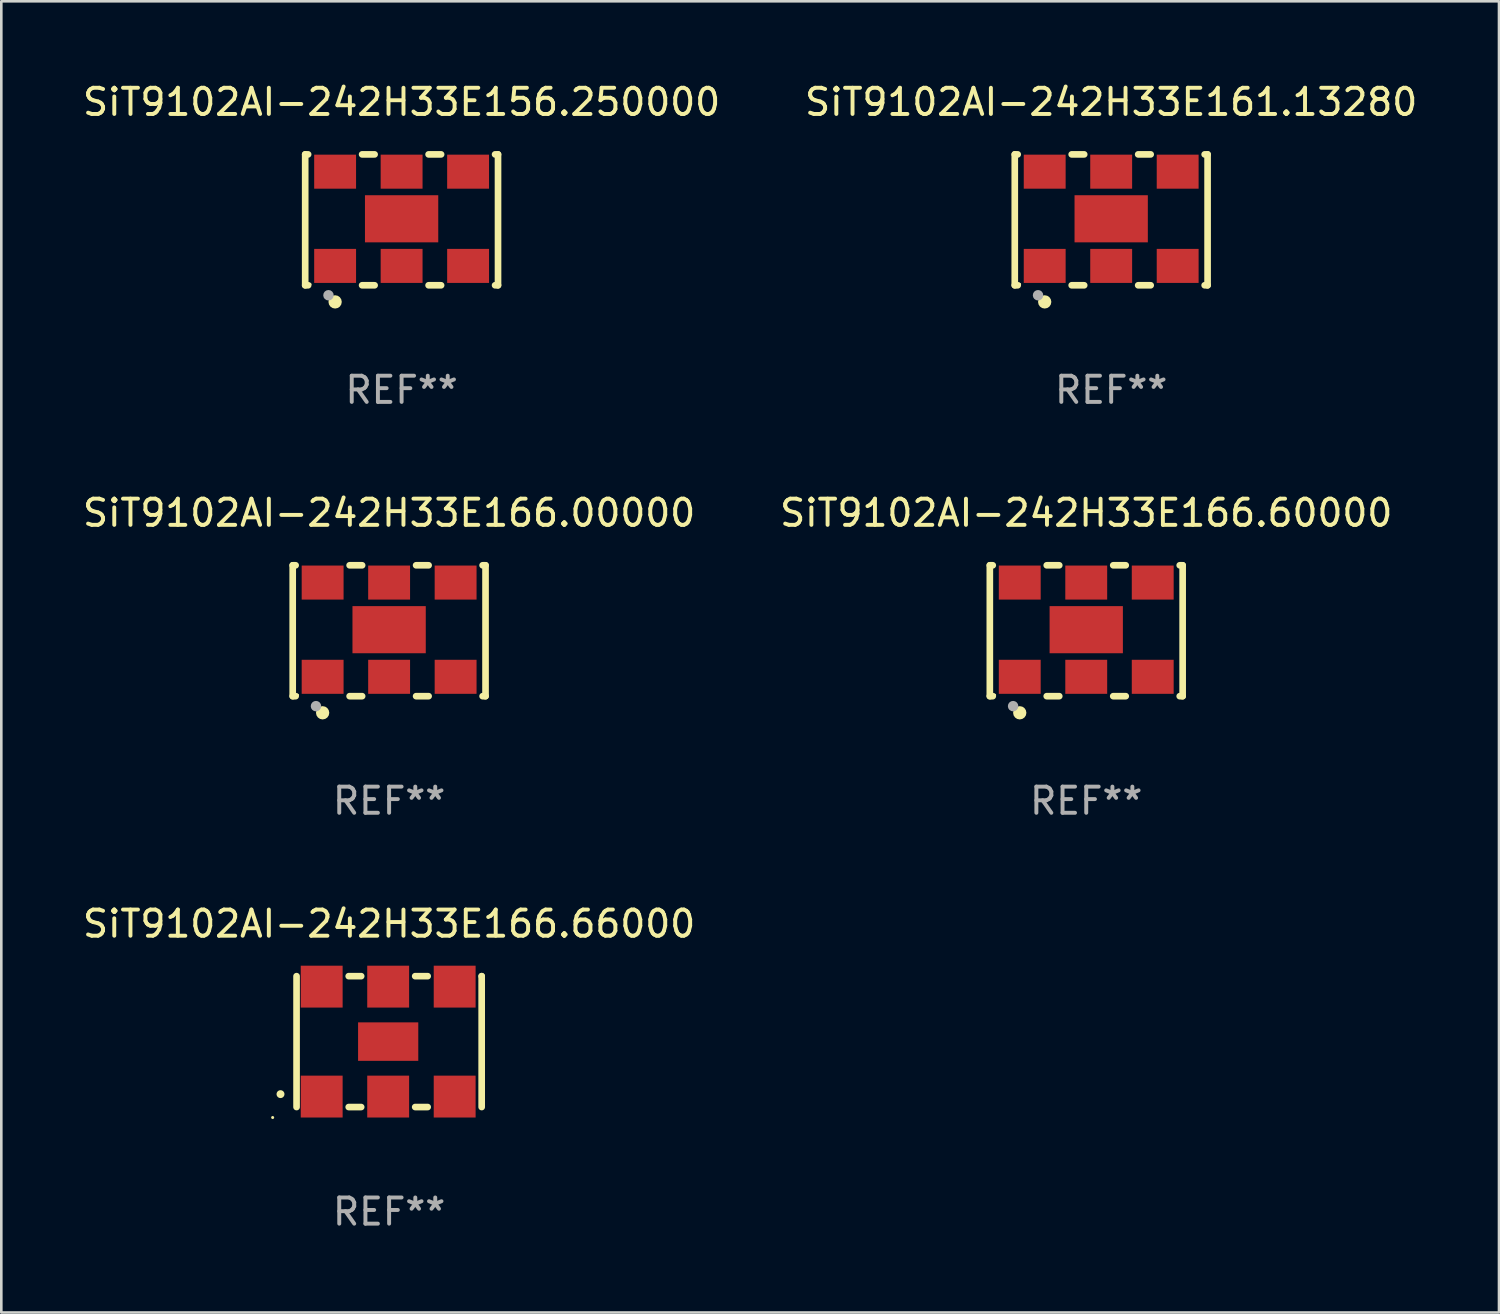
<source format=kicad_pcb>
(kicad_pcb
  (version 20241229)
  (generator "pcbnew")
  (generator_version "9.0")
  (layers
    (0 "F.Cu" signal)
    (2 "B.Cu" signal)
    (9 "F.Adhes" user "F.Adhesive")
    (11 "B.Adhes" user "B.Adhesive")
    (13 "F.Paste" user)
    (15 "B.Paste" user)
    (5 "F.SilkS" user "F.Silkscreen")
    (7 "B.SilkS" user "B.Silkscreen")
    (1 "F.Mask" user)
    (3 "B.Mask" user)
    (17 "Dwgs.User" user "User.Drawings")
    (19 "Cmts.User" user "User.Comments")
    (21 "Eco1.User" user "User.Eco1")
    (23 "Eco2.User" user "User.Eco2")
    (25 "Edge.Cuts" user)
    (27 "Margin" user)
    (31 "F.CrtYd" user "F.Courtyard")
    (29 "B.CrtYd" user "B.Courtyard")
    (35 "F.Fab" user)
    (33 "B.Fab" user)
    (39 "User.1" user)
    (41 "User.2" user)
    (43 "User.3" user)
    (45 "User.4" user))
  (footprint "SiT9102AI-242H33E166.60000"
    (layer "F.Cu")
    (at 38.446 21.045)
    (property "Reference" "SiT9102AI-242H33E166.60000" (at 0 -4.5 0) (layer "F.SilkS") (effects (font (size 1 1) (thickness 0.15))))
    (attr through_hole)
    (fp_line (start -3.683 -2.5) (end -3.571 -2.5) (stroke (width 0.254) (type solid)) (layer "F.SilkS"))
    (fp_line (start -3.683 2.5) (end -3.683 -2.5) (stroke (width 0.254) (type solid)) (layer "F.SilkS"))
    (fp_line (start -3.683 2.5) (end -3.571 2.5) (stroke (width 0.254) (type solid)) (layer "F.SilkS"))
    (fp_line (start -1.509 -2.5) (end -1.031 -2.5) (stroke (width 0.254) (type solid)) (layer "F.SilkS"))
    (fp_line (start -1.509 2.5) (end -1.031 2.5) (stroke (width 0.254) (type solid)) (layer "F.SilkS"))
    (fp_line (start 1.031 -2.5) (end 1.509 -2.5) (stroke (width 0.254) (type solid)) (layer "F.SilkS"))
    (fp_line (start 1.031 2.5) (end 1.509 2.5) (stroke (width 0.254) (type solid)) (layer "F.SilkS"))
    (fp_line (start 3.571 -2.5) (end 3.683 -2.5) (stroke (width 0.254) (type solid)) (layer "F.SilkS"))
    (fp_line (start 3.571 2.5) (end 3.683 2.5) (stroke (width 0.254) (type solid)) (layer "F.SilkS"))
    (fp_line (start 3.683 2.5) (end 3.683 -2.5) (stroke (width 0.254) (type solid)) (layer "F.SilkS"))
    (fp_circle (center -3.5 2.46) (end -3.47 2.46) (stroke (width 0.06) (type solid)) (fill no) (layer "F.SilkS"))
    (fp_circle (center -2.54 3.135) (end -2.413 3.135) (stroke (width 0.254) (type solid)) (fill no) (layer "F.SilkS"))
    (fp_circle (center -2.794 2.881) (end -2.694 2.881) (stroke (width 0.2) (type solid)) (fill no) (layer "F.Fab"))
    (fp_text user "REF**" (at 0 6.5 0) (layer "F.Fab") (effects (font (size 1 1) (thickness 0.15))))
    (pad "1" smd rect (at -2.54 1.76) (size 1.6 1.3) (layers "F.Cu" "F.Mask" "F.Paste"))
    (pad "2" smd rect (at 0 1.76) (size 1.6 1.3) (layers "F.Cu" "F.Mask" "F.Paste"))
    (pad "3" smd rect (at 2.54 1.76) (size 1.6 1.3) (layers "F.Cu" "F.Mask" "F.Paste"))
    (pad "4" smd rect (at 2.54 -1.84) (size 1.6 1.3) (layers "F.Cu" "F.Mask" "F.Paste"))
    (pad "5" smd rect (at 0 -1.84) (size 1.6 1.3) (layers "F.Cu" "F.Mask" "F.Paste"))
    (pad "6" smd rect (at -2.54 -1.84) (size 1.6 1.3) (layers "F.Cu" "F.Mask" "F.Paste"))
    (pad "7" smd rect (at 0 -0.04) (size 2.8 1.8) (layers "F.Cu" "F.Mask" "F.Paste")))
  (footprint "SiT9102AI-242H33E156.250000"
    (layer "F.Cu")
    (at 12.292 5.348)
    (property "Reference" "SiT9102AI-242H33E156.250000" (at 0 -4.5 0) (layer "F.SilkS") (effects (font (size 1 1) (thickness 0.15))))
    (attr through_hole)
    (fp_line (start -3.683 -2.5) (end -3.571 -2.5) (stroke (width 0.254) (type solid)) (layer "F.SilkS"))
    (fp_line (start -3.683 2.5) (end -3.683 -2.5) (stroke (width 0.254) (type solid)) (layer "F.SilkS"))
    (fp_line (start -3.683 2.5) (end -3.571 2.5) (stroke (width 0.254) (type solid)) (layer "F.SilkS"))
    (fp_line (start -1.509 -2.5) (end -1.031 -2.5) (stroke (width 0.254) (type solid)) (layer "F.SilkS"))
    (fp_line (start -1.509 2.5) (end -1.031 2.5) (stroke (width 0.254) (type solid)) (layer "F.SilkS"))
    (fp_line (start 1.031 -2.5) (end 1.509 -2.5) (stroke (width 0.254) (type solid)) (layer "F.SilkS"))
    (fp_line (start 1.031 2.5) (end 1.509 2.5) (stroke (width 0.254) (type solid)) (layer "F.SilkS"))
    (fp_line (start 3.571 -2.5) (end 3.683 -2.5) (stroke (width 0.254) (type solid)) (layer "F.SilkS"))
    (fp_line (start 3.571 2.5) (end 3.683 2.5) (stroke (width 0.254) (type solid)) (layer "F.SilkS"))
    (fp_line (start 3.683 2.5) (end 3.683 -2.5) (stroke (width 0.254) (type solid)) (layer "F.SilkS"))
    (fp_circle (center -3.5 2.46) (end -3.47 2.46) (stroke (width 0.06) (type solid)) (fill no) (layer "F.SilkS"))
    (fp_circle (center -2.54 3.135) (end -2.413 3.135) (stroke (width 0.254) (type solid)) (fill no) (layer "F.SilkS"))
    (fp_circle (center -2.794 2.881) (end -2.694 2.881) (stroke (width 0.2) (type solid)) (fill no) (layer "F.Fab"))
    (fp_text user "REF**" (at 0 6.5 0) (layer "F.Fab") (effects (font (size 1 1) (thickness 0.15))))
    (pad "1" smd rect (at -2.54 1.76) (size 1.6 1.3) (layers "F.Cu" "F.Mask" "F.Paste"))
    (pad "2" smd rect (at 0 1.76) (size 1.6 1.3) (layers "F.Cu" "F.Mask" "F.Paste"))
    (pad "3" smd rect (at 2.54 1.76) (size 1.6 1.3) (layers "F.Cu" "F.Mask" "F.Paste"))
    (pad "4" smd rect (at 2.54 -1.84) (size 1.6 1.3) (layers "F.Cu" "F.Mask" "F.Paste"))
    (pad "5" smd rect (at 0 -1.84) (size 1.6 1.3) (layers "F.Cu" "F.Mask" "F.Paste"))
    (pad "6" smd rect (at -2.54 -1.84) (size 1.6 1.3) (layers "F.Cu" "F.Mask" "F.Paste"))
    (pad "7" smd rect (at 0 -0.04) (size 2.8 1.8) (layers "F.Cu" "F.Mask" "F.Paste")))
  (footprint "SiT9102AI-242H33E161.13280"
    (layer "F.Cu")
    (at 39.399 5.348)
    (property "Reference" "SiT9102AI-242H33E161.13280" (at 0 -4.5 0) (layer "F.SilkS") (effects (font (size 1 1) (thickness 0.15))))
    (attr through_hole)
    (fp_line (start -3.683 -2.5) (end -3.571 -2.5) (stroke (width 0.254) (type solid)) (layer "F.SilkS"))
    (fp_line (start -3.683 2.5) (end -3.683 -2.5) (stroke (width 0.254) (type solid)) (layer "F.SilkS"))
    (fp_line (start -3.683 2.5) (end -3.571 2.5) (stroke (width 0.254) (type solid)) (layer "F.SilkS"))
    (fp_line (start -1.509 -2.5) (end -1.031 -2.5) (stroke (width 0.254) (type solid)) (layer "F.SilkS"))
    (fp_line (start -1.509 2.5) (end -1.031 2.5) (stroke (width 0.254) (type solid)) (layer "F.SilkS"))
    (fp_line (start 1.031 -2.5) (end 1.509 -2.5) (stroke (width 0.254) (type solid)) (layer "F.SilkS"))
    (fp_line (start 1.031 2.5) (end 1.509 2.5) (stroke (width 0.254) (type solid)) (layer "F.SilkS"))
    (fp_line (start 3.571 -2.5) (end 3.683 -2.5) (stroke (width 0.254) (type solid)) (layer "F.SilkS"))
    (fp_line (start 3.571 2.5) (end 3.683 2.5) (stroke (width 0.254) (type solid)) (layer "F.SilkS"))
    (fp_line (start 3.683 2.5) (end 3.683 -2.5) (stroke (width 0.254) (type solid)) (layer "F.SilkS"))
    (fp_circle (center -3.5 2.46) (end -3.47 2.46) (stroke (width 0.06) (type solid)) (fill no) (layer "F.SilkS"))
    (fp_circle (center -2.54 3.135) (end -2.413 3.135) (stroke (width 0.254) (type solid)) (fill no) (layer "F.SilkS"))
    (fp_circle (center -2.794 2.881) (end -2.694 2.881) (stroke (width 0.2) (type solid)) (fill no) (layer "F.Fab"))
    (fp_text user "REF**" (at 0 6.5 0) (layer "F.Fab") (effects (font (size 1 1) (thickness 0.15))))
    (pad "1" smd rect (at -2.54 1.76) (size 1.6 1.3) (layers "F.Cu" "F.Mask" "F.Paste"))
    (pad "2" smd rect (at 0 1.76) (size 1.6 1.3) (layers "F.Cu" "F.Mask" "F.Paste"))
    (pad "3" smd rect (at 2.54 1.76) (size 1.6 1.3) (layers "F.Cu" "F.Mask" "F.Paste"))
    (pad "4" smd rect (at 2.54 -1.84) (size 1.6 1.3) (layers "F.Cu" "F.Mask" "F.Paste"))
    (pad "5" smd rect (at 0 -1.84) (size 1.6 1.3) (layers "F.Cu" "F.Mask" "F.Paste"))
    (pad "6" smd rect (at -2.54 -1.84) (size 1.6 1.3) (layers "F.Cu" "F.Mask" "F.Paste"))
    (pad "7" smd rect (at 0 -0.04) (size 2.8 1.8) (layers "F.Cu" "F.Mask" "F.Paste")))
  (footprint "SiT9102AI-242H33E166.66000"
    (layer "F.Cu")
    (at 11.815 36.741)
    (property "Reference" "SiT9102AI-242H33E166.66000" (at 0 -4.5 0) (layer "F.SilkS") (effects (font (size 1 1) (thickness 0.15))))
    (attr through_hole)
    (fp_line (start -3.536 -2.5) (end -3.536 2.5) (stroke (width 0.254) (type solid)) (layer "F.SilkS"))
    (fp_line (start -1.544 2.5) (end -1.067 2.5) (stroke (width 0.254) (type solid)) (layer "F.SilkS"))
    (fp_line (start -1.067 -2.5) (end -1.544 -2.5) (stroke (width 0.254) (type solid)) (layer "F.SilkS"))
    (fp_line (start 0.996 2.5) (end 1.473 2.5) (stroke (width 0.254) (type solid)) (layer "F.SilkS"))
    (fp_line (start 1.473 -2.5) (end 0.996 -2.5) (stroke (width 0.254) (type solid)) (layer "F.SilkS"))
    (fp_line (start 3.536 -2.5) (end 3.536 -2.5) (stroke (width 0.254) (type solid)) (layer "F.SilkS"))
    (fp_line (start 3.536 2.5) (end 3.536 -2.5) (stroke (width 0.254) (type solid)) (layer "F.SilkS"))
    (fp_arc (start -4.150432 2.006604) (mid -4.149162 2.006599) (end -4.147892 2.006604) (stroke (width 0.3) (type solid)) (layer "F.SilkS"))
    (fp_circle (center -4.449 2.9) (end -4.419 2.9) (stroke (width 0.06) (type solid)) (fill no) (layer "F.SilkS"))
    (fp_text user "REF**" (at 0 6.5 0) (layer "F.Fab") (effects (font (size 1 1) (thickness 0.15))))
    (pad "1" smd rect (at -2.576 2.1) (size 1.6 1.6) (layers "F.Cu" "F.Mask" "F.Paste"))
    (pad "2" smd rect (at -0.036 2.1) (size 1.6 1.6) (layers "F.Cu" "F.Mask" "F.Paste"))
    (pad "3" smd rect (at 2.504 2.1) (size 1.6 1.6) (layers "F.Cu" "F.Mask" "F.Paste"))
    (pad "4" smd rect (at 2.504 -2.1) (size 1.6 1.6) (layers "F.Cu" "F.Mask" "F.Paste"))
    (pad "5" smd rect (at -0.036 -2.1) (size 1.6 1.6) (layers "F.Cu" "F.Mask" "F.Paste"))
    (pad "6" smd rect (at -2.576 -2.1) (size 1.6 1.6) (layers "F.Cu" "F.Mask" "F.Paste"))
    (pad "7" smd rect (at -0.036 0) (size 2.3 1.47) (layers "F.Cu" "F.Mask" "F.Paste")))
  (footprint "SiT9102AI-242H33E166.00000"
    (layer "F.Cu")
    (at 11.815 21.045)
    (property "Reference" "SiT9102AI-242H33E166.00000" (at 0 -4.5 0) (layer "F.SilkS") (effects (font (size 1 1) (thickness 0.15))))
    (attr through_hole)
    (fp_line (start -3.683 -2.5) (end -3.571 -2.5) (stroke (width 0.254) (type solid)) (layer "F.SilkS"))
    (fp_line (start -3.683 2.5) (end -3.683 -2.5) (stroke (width 0.254) (type solid)) (layer "F.SilkS"))
    (fp_line (start -3.683 2.5) (end -3.571 2.5) (stroke (width 0.254) (type solid)) (layer "F.SilkS"))
    (fp_line (start -1.509 -2.5) (end -1.031 -2.5) (stroke (width 0.254) (type solid)) (layer "F.SilkS"))
    (fp_line (start -1.509 2.5) (end -1.031 2.5) (stroke (width 0.254) (type solid)) (layer "F.SilkS"))
    (fp_line (start 1.031 -2.5) (end 1.509 -2.5) (stroke (width 0.254) (type solid)) (layer "F.SilkS"))
    (fp_line (start 1.031 2.5) (end 1.509 2.5) (stroke (width 0.254) (type solid)) (layer "F.SilkS"))
    (fp_line (start 3.571 -2.5) (end 3.683 -2.5) (stroke (width 0.254) (type solid)) (layer "F.SilkS"))
    (fp_line (start 3.571 2.5) (end 3.683 2.5) (stroke (width 0.254) (type solid)) (layer "F.SilkS"))
    (fp_line (start 3.683 2.5) (end 3.683 -2.5) (stroke (width 0.254) (type solid)) (layer "F.SilkS"))
    (fp_circle (center -3.5 2.46) (end -3.47 2.46) (stroke (width 0.06) (type solid)) (fill no) (layer "F.SilkS"))
    (fp_circle (center -2.54 3.135) (end -2.413 3.135) (stroke (width 0.254) (type solid)) (fill no) (layer "F.SilkS"))
    (fp_circle (center -2.794 2.881) (end -2.694 2.881) (stroke (width 0.2) (type solid)) (fill no) (layer "F.Fab"))
    (fp_text user "REF**" (at 0 6.5 0) (layer "F.Fab") (effects (font (size 1 1) (thickness 0.15))))
    (pad "1" smd rect (at -2.54 1.76) (size 1.6 1.3) (layers "F.Cu" "F.Mask" "F.Paste"))
    (pad "2" smd rect (at 0 1.76) (size 1.6 1.3) (layers "F.Cu" "F.Mask" "F.Paste"))
    (pad "3" smd rect (at 2.54 1.76) (size 1.6 1.3) (layers "F.Cu" "F.Mask" "F.Paste"))
    (pad "4" smd rect (at 2.54 -1.84) (size 1.6 1.3) (layers "F.Cu" "F.Mask" "F.Paste"))
    (pad "5" smd rect (at 0 -1.84) (size 1.6 1.3) (layers "F.Cu" "F.Mask" "F.Paste"))
    (pad "6" smd rect (at -2.54 -1.84) (size 1.6 1.3) (layers "F.Cu" "F.Mask" "F.Paste"))
    (pad "7" smd rect (at 0 -0.04) (size 2.8 1.8) (layers "F.Cu" "F.Mask" "F.Paste")))
  (gr_rect
    (start -3 -3)
    (end 54.214 47.09)
    (stroke (width 0.1) (type default))
    (fill no)
    (layer "Edge.Cuts")))
</source>
